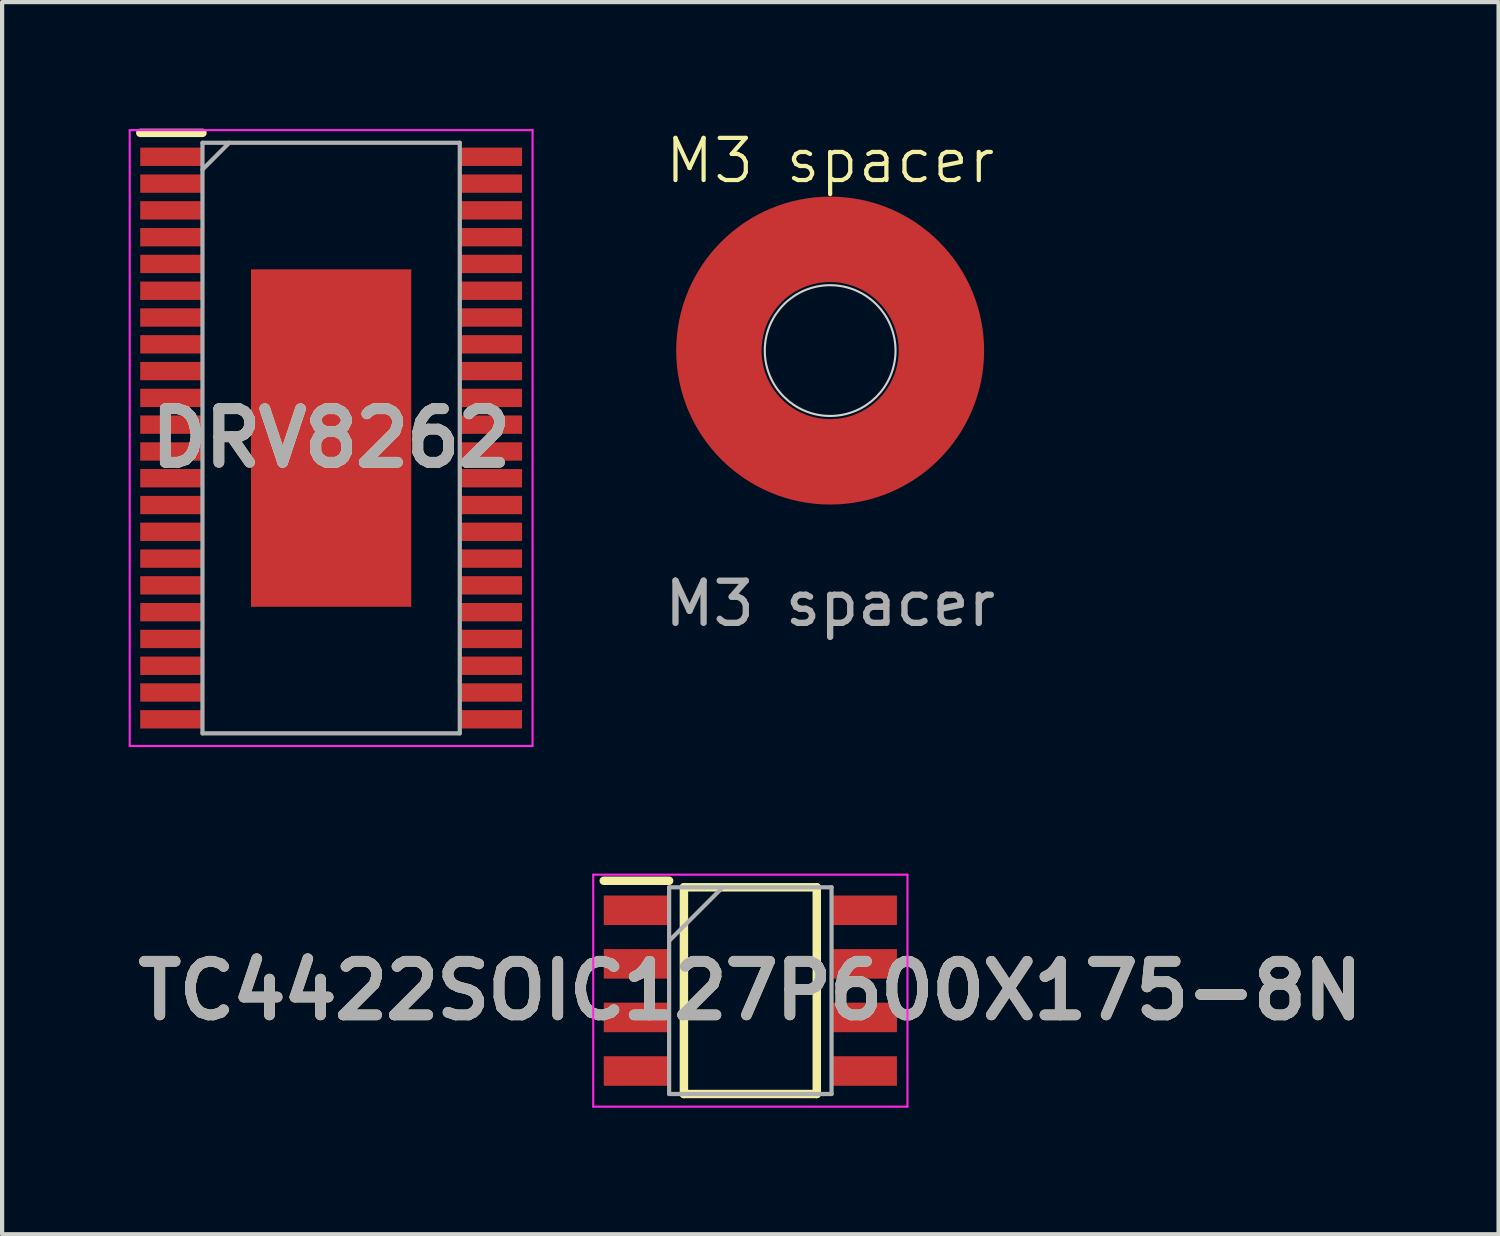
<source format=kicad_pcb>
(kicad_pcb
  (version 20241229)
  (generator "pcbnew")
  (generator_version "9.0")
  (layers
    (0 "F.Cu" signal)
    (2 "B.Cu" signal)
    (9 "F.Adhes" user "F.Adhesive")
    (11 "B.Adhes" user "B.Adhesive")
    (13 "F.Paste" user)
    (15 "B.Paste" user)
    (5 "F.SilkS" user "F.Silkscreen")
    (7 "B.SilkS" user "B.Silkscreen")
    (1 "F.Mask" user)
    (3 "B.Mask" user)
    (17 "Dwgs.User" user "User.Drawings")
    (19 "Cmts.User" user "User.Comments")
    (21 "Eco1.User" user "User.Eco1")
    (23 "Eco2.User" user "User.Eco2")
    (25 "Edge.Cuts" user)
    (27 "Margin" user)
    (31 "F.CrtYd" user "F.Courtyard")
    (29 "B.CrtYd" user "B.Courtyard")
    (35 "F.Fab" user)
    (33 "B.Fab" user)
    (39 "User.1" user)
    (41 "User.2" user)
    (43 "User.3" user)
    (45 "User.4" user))
  (footprint "DRV8262"
    (layer "F.Cu")
    (at 4.8 7.335)
    (property "Reference" "DRV8262" (at 0 0 0) (layer "F.SilkS") (effects (font (size 1.27 1.27) (thickness 0.254))))
    (attr smd)
    (fp_line (start -4.525 -7.235) (end -3.05 -7.235) (stroke (width 0.2) (type solid)) (layer "F.SilkS"))
    (fp_line (start -4.775 -7.3) (end 4.775 -7.3) (stroke (width 0.05) (type solid)) (layer "F.CrtYd"))
    (fp_line (start -4.775 7.3) (end -4.775 -7.3) (stroke (width 0.05) (type solid)) (layer "F.CrtYd"))
    (fp_line (start 4.775 -7.3) (end 4.775 7.3) (stroke (width 0.05) (type solid)) (layer "F.CrtYd"))
    (fp_line (start 4.775 7.3) (end -4.775 7.3) (stroke (width 0.05) (type solid)) (layer "F.CrtYd"))
    (fp_line (start -3.05 -7) (end 3.05 -7) (stroke (width 0.1) (type solid)) (layer "F.Fab"))
    (fp_line (start -3.05 -6.365) (end -2.415 -7) (stroke (width 0.1) (type solid)) (layer "F.Fab"))
    (fp_line (start -3.05 7) (end -3.05 -7) (stroke (width 0.1) (type solid)) (layer "F.Fab"))
    (fp_line (start 3.05 -7) (end 3.05 7) (stroke (width 0.1) (type solid)) (layer "F.Fab"))
    (fp_line (start 3.05 7) (end -3.05 7) (stroke (width 0.1) (type solid)) (layer "F.Fab"))
    (fp_text user "${REFERENCE}" (at 0 0 0) (layer "F.Fab") (effects (font (size 1.27 1.27) (thickness 0.254))))
    (pad "1" smd rect (at -3.788 -6.668 90) (size 0.435 1.475) (layers "F.Cu" "F.Mask" "F.Paste"))
    (pad "2" smd rect (at -3.788 -6.032 90) (size 0.435 1.475) (layers "F.Cu" "F.Mask" "F.Paste"))
    (pad "3" smd rect (at -3.788 -5.398 90) (size 0.435 1.475) (layers "F.Cu" "F.Mask" "F.Paste"))
    (pad "4" smd rect (at -3.788 -4.762 90) (size 0.435 1.475) (layers "F.Cu" "F.Mask" "F.Paste"))
    (pad "5" smd rect (at -3.788 -4.128 90) (size 0.435 1.475) (layers "F.Cu" "F.Mask" "F.Paste"))
    (pad "6" smd rect (at -3.788 -3.492 90) (size 0.435 1.475) (layers "F.Cu" "F.Mask" "F.Paste"))
    (pad "7" smd rect (at -3.788 -2.858 90) (size 0.435 1.475) (layers "F.Cu" "F.Mask" "F.Paste"))
    (pad "8" smd rect (at -3.788 -2.222 90) (size 0.435 1.475) (layers "F.Cu" "F.Mask" "F.Paste"))
    (pad "9" smd rect (at -3.788 -1.588 90) (size 0.435 1.475) (layers "F.Cu" "F.Mask" "F.Paste"))
    (pad "10" smd rect (at -3.788 -0.952 90) (size 0.435 1.475) (layers "F.Cu" "F.Mask" "F.Paste"))
    (pad "11" smd rect (at -3.788 -0.318 90) (size 0.435 1.475) (layers "F.Cu" "F.Mask" "F.Paste"))
    (pad "12" smd rect (at -3.788 0.318 90) (size 0.435 1.475) (layers "F.Cu" "F.Mask" "F.Paste"))
    (pad "13" smd rect (at -3.788 0.952 90) (size 0.435 1.475) (layers "F.Cu" "F.Mask" "F.Paste"))
    (pad "14" smd rect (at -3.788 1.588 90) (size 0.435 1.475) (layers "F.Cu" "F.Mask" "F.Paste"))
    (pad "15" smd rect (at -3.788 2.222 90) (size 0.435 1.475) (layers "F.Cu" "F.Mask" "F.Paste"))
    (pad "16" smd rect (at -3.788 2.858 90) (size 0.435 1.475) (layers "F.Cu" "F.Mask" "F.Paste"))
    (pad "17" smd rect (at -3.788 3.492 90) (size 0.435 1.475) (layers "F.Cu" "F.Mask" "F.Paste"))
    (pad "18" smd rect (at -3.788 4.128 90) (size 0.435 1.475) (layers "F.Cu" "F.Mask" "F.Paste"))
    (pad "19" smd rect (at -3.788 4.762 90) (size 0.435 1.475) (layers "F.Cu" "F.Mask" "F.Paste"))
    (pad "20" smd rect (at -3.788 5.398 90) (size 0.435 1.475) (layers "F.Cu" "F.Mask" "F.Paste"))
    (pad "21" smd rect (at -3.788 6.032 90) (size 0.435 1.475) (layers "F.Cu" "F.Mask" "F.Paste"))
    (pad "22" smd rect (at -3.788 6.668 90) (size 0.435 1.475) (layers "F.Cu" "F.Mask" "F.Paste"))
    (pad "23" smd rect (at 3.788 6.668 90) (size 0.435 1.475) (layers "F.Cu" "F.Mask" "F.Paste"))
    (pad "24" smd rect (at 3.788 6.032 90) (size 0.435 1.475) (layers "F.Cu" "F.Mask" "F.Paste"))
    (pad "25" smd rect (at 3.788 5.398 90) (size 0.435 1.475) (layers "F.Cu" "F.Mask" "F.Paste"))
    (pad "26" smd rect (at 3.788 4.762 90) (size 0.435 1.475) (layers "F.Cu" "F.Mask" "F.Paste"))
    (pad "27" smd rect (at 3.788 4.128 90) (size 0.435 1.475) (layers "F.Cu" "F.Mask" "F.Paste"))
    (pad "28" smd rect (at 3.788 3.492 90) (size 0.435 1.475) (layers "F.Cu" "F.Mask" "F.Paste"))
    (pad "29" smd rect (at 3.788 2.858 90) (size 0.435 1.475) (layers "F.Cu" "F.Mask" "F.Paste"))
    (pad "30" smd rect (at 3.788 2.222 90) (size 0.435 1.475) (layers "F.Cu" "F.Mask" "F.Paste"))
    (pad "31" smd rect (at 3.788 1.588 90) (size 0.435 1.475) (layers "F.Cu" "F.Mask" "F.Paste"))
    (pad "32" smd rect (at 3.788 0.952 90) (size 0.435 1.475) (layers "F.Cu" "F.Mask" "F.Paste"))
    (pad "33" smd rect (at 3.788 0.318 90) (size 0.435 1.475) (layers "F.Cu" "F.Mask" "F.Paste"))
    (pad "34" smd rect (at 3.788 -0.318 90) (size 0.435 1.475) (layers "F.Cu" "F.Mask" "F.Paste"))
    (pad "35" smd rect (at 3.788 -0.952 90) (size 0.435 1.475) (layers "F.Cu" "F.Mask" "F.Paste"))
    (pad "36" smd rect (at 3.788 -1.588 90) (size 0.435 1.475) (layers "F.Cu" "F.Mask" "F.Paste"))
    (pad "37" smd rect (at 3.788 -2.222 90) (size 0.435 1.475) (layers "F.Cu" "F.Mask" "F.Paste"))
    (pad "38" smd rect (at 3.788 -2.858 90) (size 0.435 1.475) (layers "F.Cu" "F.Mask" "F.Paste"))
    (pad "39" smd rect (at 3.788 -3.492 90) (size 0.435 1.475) (layers "F.Cu" "F.Mask" "F.Paste"))
    (pad "40" smd rect (at 3.788 -4.128 90) (size 0.435 1.475) (layers "F.Cu" "F.Mask" "F.Paste"))
    (pad "41" smd rect (at 3.788 -4.762 90) (size 0.435 1.475) (layers "F.Cu" "F.Mask" "F.Paste"))
    (pad "42" smd rect (at 3.788 -5.398 90) (size 0.435 1.475) (layers "F.Cu" "F.Mask" "F.Paste"))
    (pad "43" smd rect (at 3.788 -6.032 90) (size 0.435 1.475) (layers "F.Cu" "F.Mask" "F.Paste"))
    (pad "44" smd rect (at 3.788 -6.668 90) (size 0.435 1.475) (layers "F.Cu" "F.Mask" "F.Paste"))
    (pad "45" smd rect (at 0 0) (size 3.8 8) (layers "F.Cu" "F.Mask" "F.Paste")))
  (footprint "TC4422SOIC127P600X175-8N"
    (layer "F.Cu")
    (at 14.738 20.435)
    (property "Reference" "TC4422SOIC127P600X175-8N" (at 0 0 0) (layer "F.SilkS") (effects (font (size 1.27 1.27) (thickness 0.254))))
    (attr smd)
    (fp_line (start -3.475 -2.605) (end -1.925 -2.605) (stroke (width 0.2) (type solid)) (layer "F.SilkS"))
    (fp_line (start -1.575 -2.45) (end 1.575 -2.45) (stroke (width 0.2) (type solid)) (layer "F.SilkS"))
    (fp_line (start -1.575 2.45) (end -1.575 -2.45) (stroke (width 0.2) (type solid)) (layer "F.SilkS"))
    (fp_line (start 1.575 -2.45) (end 1.575 2.45) (stroke (width 0.2) (type solid)) (layer "F.SilkS"))
    (fp_line (start 1.575 2.45) (end -1.575 2.45) (stroke (width 0.2) (type solid)) (layer "F.SilkS"))
    (fp_line (start -3.725 -2.75) (end 3.725 -2.75) (stroke (width 0.05) (type solid)) (layer "F.CrtYd"))
    (fp_line (start -3.725 2.75) (end -3.725 -2.75) (stroke (width 0.05) (type solid)) (layer "F.CrtYd"))
    (fp_line (start 3.725 -2.75) (end 3.725 2.75) (stroke (width 0.05) (type solid)) (layer "F.CrtYd"))
    (fp_line (start 3.725 2.75) (end -3.725 2.75) (stroke (width 0.05) (type solid)) (layer "F.CrtYd"))
    (fp_line (start -1.925 -2.45) (end 1.925 -2.45) (stroke (width 0.1) (type solid)) (layer "F.Fab"))
    (fp_line (start -1.925 -1.18) (end -0.655 -2.45) (stroke (width 0.1) (type solid)) (layer "F.Fab"))
    (fp_line (start -1.925 2.45) (end -1.925 -2.45) (stroke (width 0.1) (type solid)) (layer "F.Fab"))
    (fp_line (start 1.925 -2.45) (end 1.925 2.45) (stroke (width 0.1) (type solid)) (layer "F.Fab"))
    (fp_line (start 1.925 2.45) (end -1.925 2.45) (stroke (width 0.1) (type solid)) (layer "F.Fab"))
    (fp_text user "${REFERENCE}" (at 0 0 0) (layer "F.Fab") (effects (font (size 1.27 1.27) (thickness 0.254))))
    (pad "1" smd rect (at -2.7 -1.905 90) (size 0.7 1.55) (layers "F.Cu" "F.Mask" "F.Paste"))
    (pad "2" smd rect (at -2.7 -0.635 90) (size 0.7 1.55) (layers "F.Cu" "F.Mask" "F.Paste"))
    (pad "3" smd rect (at -2.7 0.635 90) (size 0.7 1.55) (layers "F.Cu" "F.Mask" "F.Paste"))
    (pad "4" smd rect (at -2.7 1.905 90) (size 0.7 1.55) (layers "F.Cu" "F.Mask" "F.Paste"))
    (pad "5" smd rect (at 2.7 1.905 90) (size 0.7 1.55) (layers "F.Cu" "F.Mask" "F.Paste"))
    (pad "6" smd rect (at 2.7 0.635 90) (size 0.7 1.55) (layers "F.Cu" "F.Mask" "F.Paste"))
    (pad "7" smd rect (at 2.7 -0.635 90) (size 0.7 1.55) (layers "F.Cu" "F.Mask" "F.Paste"))
    (pad "8" smd rect (at 2.7 -1.905 90) (size 0.7 1.55) (layers "F.Cu" "F.Mask" "F.Paste")))
  (footprint "M3 spacer"
    (layer "F.Cu")
    (at 16.63 5.261)
    (property "Reference" "M3 spacer" (at 0 -4.5 0) (unlocked yes) (layer "F.SilkS") (effects (font (size 1 1) (thickness 0.1))))
    (attr smd)
    (fp_circle (center 0 0) (end 1.65 0) (stroke (width 0.05) (type default)) (fill no) (layer "F.Cu"))
    (fp_circle (center 0 0) (end 2.65 0) (stroke (width 2) (type default)) (fill no) (layer "F.Cu"))
    (fp_circle (center 0 0) (end 1.55 0) (stroke (width 0.05) (type default)) (fill no) (layer "Edge.Cuts"))
    (fp_text user "${REFERENCE}" (at 0 6 0) (unlocked yes) (layer "F.Fab") (effects (font (size 1 1) (thickness 0.15))))
    (pad "1" smd circle (at 1.5 2) (size 1 1) (layers "F.Cu" "F.Mask" "F.Paste")))
  (gr_rect
    (start -3 -3)
    (end 32.476 26.21)
    (stroke (width 0.1) (type default))
    (fill no)
    (layer "Edge.Cuts")))
</source>
